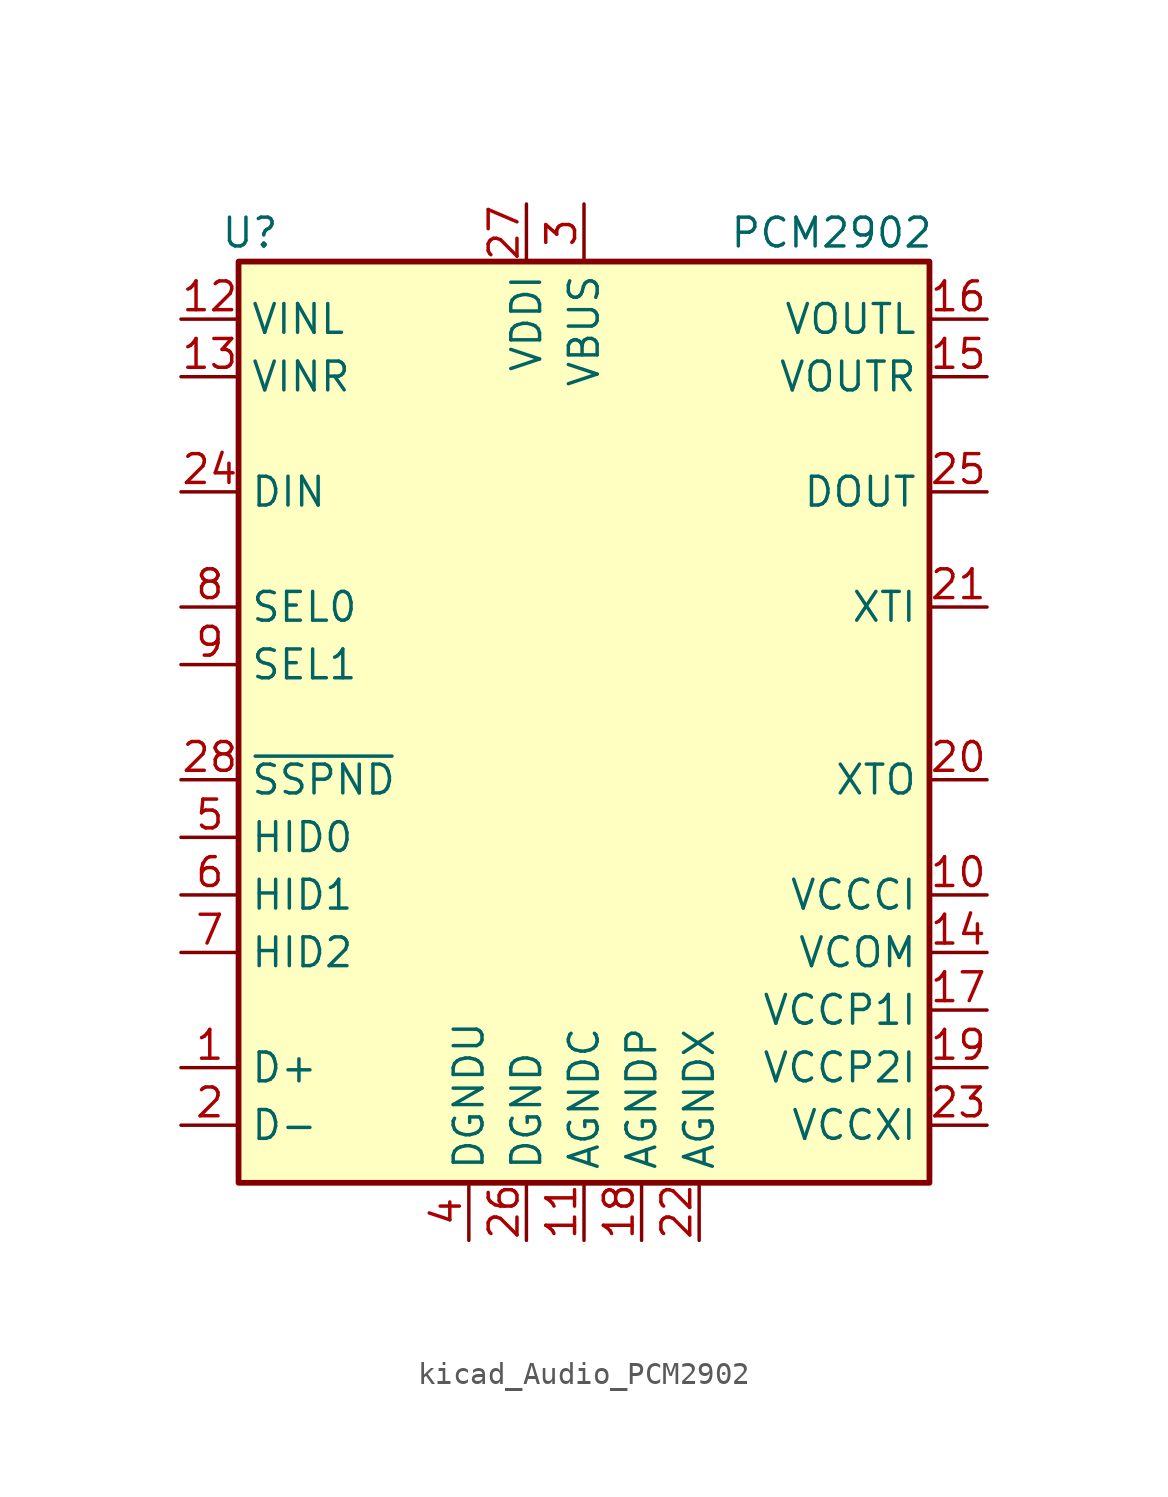
<source format=kicad_sym>
(kicad_symbol_lib
  (version 20220914)
  (generator kicad_symbol_editor)
  (symbol "kicad_Audio_PCM2902"
    (property "Reference" "U"
      (at -14.732 21.59 0)
      (effects (font (size 1.27 1.27))))
    (property "Value" "PCM2902"
      (at 10.922 21.59 0)
      (effects (font (size 1.27 1.27))))
    (symbol "kicad_Audio_PCM2902_0_1"
      (rectangle (start -15.24 20.32) (end 15.24 -20.32) (stroke (width 0.254) (type default)) (fill (type background))))
    (symbol "kicad_Audio_PCM2902_1_1"
      (pin bidirectional line (at -17.78 -15.24 0) (length 2.54) (name "D+" (effects (font (size 1.27 1.27)))) (number "1" (effects (font (size 1.27 1.27)))))
      (pin passive line (at 17.78 -7.62 180) (length 2.54) (name "VCCCI" (effects (font (size 1.27 1.27)))) (number "10" (effects (font (size 1.27 1.27)))))
      (pin power_in line (at 0 -22.86 90) (length 2.54) (name "AGNDC" (effects (font (size 1.27 1.27)))) (number "11" (effects (font (size 1.27 1.27)))))
      (pin input line (at -17.78 17.78 0) (length 2.54) (name "VINL" (effects (font (size 1.27 1.27)))) (number "12" (effects (font (size 1.27 1.27)))))
      (pin input line (at -17.78 15.24 0) (length 2.54) (name "VINR" (effects (font (size 1.27 1.27)))) (number "13" (effects (font (size 1.27 1.27)))))
      (pin passive line (at 17.78 -10.16 180) (length 2.54) (name "VCOM" (effects (font (size 1.27 1.27)))) (number "14" (effects (font (size 1.27 1.27)))))
      (pin output line (at 17.78 15.24 180) (length 2.54) (name "VOUTR" (effects (font (size 1.27 1.27)))) (number "15" (effects (font (size 1.27 1.27)))))
      (pin output line (at 17.78 17.78 180) (length 2.54) (name "VOUTL" (effects (font (size 1.27 1.27)))) (number "16" (effects (font (size 1.27 1.27)))))
      (pin passive line (at 17.78 -12.7 180) (length 2.54) (name "VCCP1I" (effects (font (size 1.27 1.27)))) (number "17" (effects (font (size 1.27 1.27)))))
      (pin power_in line (at 2.54 -22.86 90) (length 2.54) (name "AGNDP" (effects (font (size 1.27 1.27)))) (number "18" (effects (font (size 1.27 1.27)))))
      (pin passive line (at 17.78 -15.24 180) (length 2.54) (name "VCCP2I" (effects (font (size 1.27 1.27)))) (number "19" (effects (font (size 1.27 1.27)))))
      (pin bidirectional line (at -17.78 -17.78 0) (length 2.54) (name "D-" (effects (font (size 1.27 1.27)))) (number "2" (effects (font (size 1.27 1.27)))))
      (pin output line (at 17.78 -2.54 180) (length 2.54) (name "XTO" (effects (font (size 1.27 1.27)))) (number "20" (effects (font (size 1.27 1.27)))))
      (pin input line (at 17.78 5.08 180) (length 2.54) (name "XTI" (effects (font (size 1.27 1.27)))) (number "21" (effects (font (size 1.27 1.27)))))
      (pin power_in line (at 5.08 -22.86 90) (length 2.54) (name "AGNDX" (effects (font (size 1.27 1.27)))) (number "22" (effects (font (size 1.27 1.27)))))
      (pin passive line (at 17.78 -17.78 180) (length 2.54) (name "VCCXI" (effects (font (size 1.27 1.27)))) (number "23" (effects (font (size 1.27 1.27)))))
      (pin input line (at -17.78 10.16 0) (length 2.54) (name "DIN" (effects (font (size 1.27 1.27)))) (number "24" (effects (font (size 1.27 1.27)))))
      (pin output line (at 17.78 10.16 180) (length 2.54) (name "DOUT" (effects (font (size 1.27 1.27)))) (number "25" (effects (font (size 1.27 1.27)))))
      (pin power_in line (at -2.54 -22.86 90) (length 2.54) (name "DGND" (effects (font (size 1.27 1.27)))) (number "26" (effects (font (size 1.27 1.27)))))
      (pin power_out line (at -2.54 22.86 270) (length 2.54) (name "VDDI" (effects (font (size 1.27 1.27)))) (number "27" (effects (font (size 1.27 1.27)))))
      (pin output line (at -17.78 -2.54 0) (length 2.54) (name "~{SSPND}" (effects (font (size 1.27 1.27)))) (number "28" (effects (font (size 1.27 1.27)))))
      (pin power_in line (at 0 22.86 270) (length 2.54) (name "VBUS" (effects (font (size 1.27 1.27)))) (number "3" (effects (font (size 1.27 1.27)))))
      (pin power_in line (at -5.08 -22.86 90) (length 2.54) (name "DGNDU" (effects (font (size 1.27 1.27)))) (number "4" (effects (font (size 1.27 1.27)))))
      (pin input line (at -17.78 -5.08 0) (length 2.54) (name "HID0" (effects (font (size 1.27 1.27)))) (number "5" (effects (font (size 1.27 1.27)))))
      (pin input line (at -17.78 -7.62 0) (length 2.54) (name "HID1" (effects (font (size 1.27 1.27)))) (number "6" (effects (font (size 1.27 1.27)))))
      (pin input line (at -17.78 -10.16 0) (length 2.54) (name "HID2" (effects (font (size 1.27 1.27)))) (number "7" (effects (font (size 1.27 1.27)))))
      (pin input line (at -17.78 5.08 0) (length 2.54) (name "SEL0" (effects (font (size 1.27 1.27)))) (number "8" (effects (font (size 1.27 1.27)))))
      (pin input line (at -17.78 2.54 0) (length 2.54) (name "SEL1" (effects (font (size 1.27 1.27)))) (number "9" (effects (font (size 1.27 1.27))))))))
</source>
